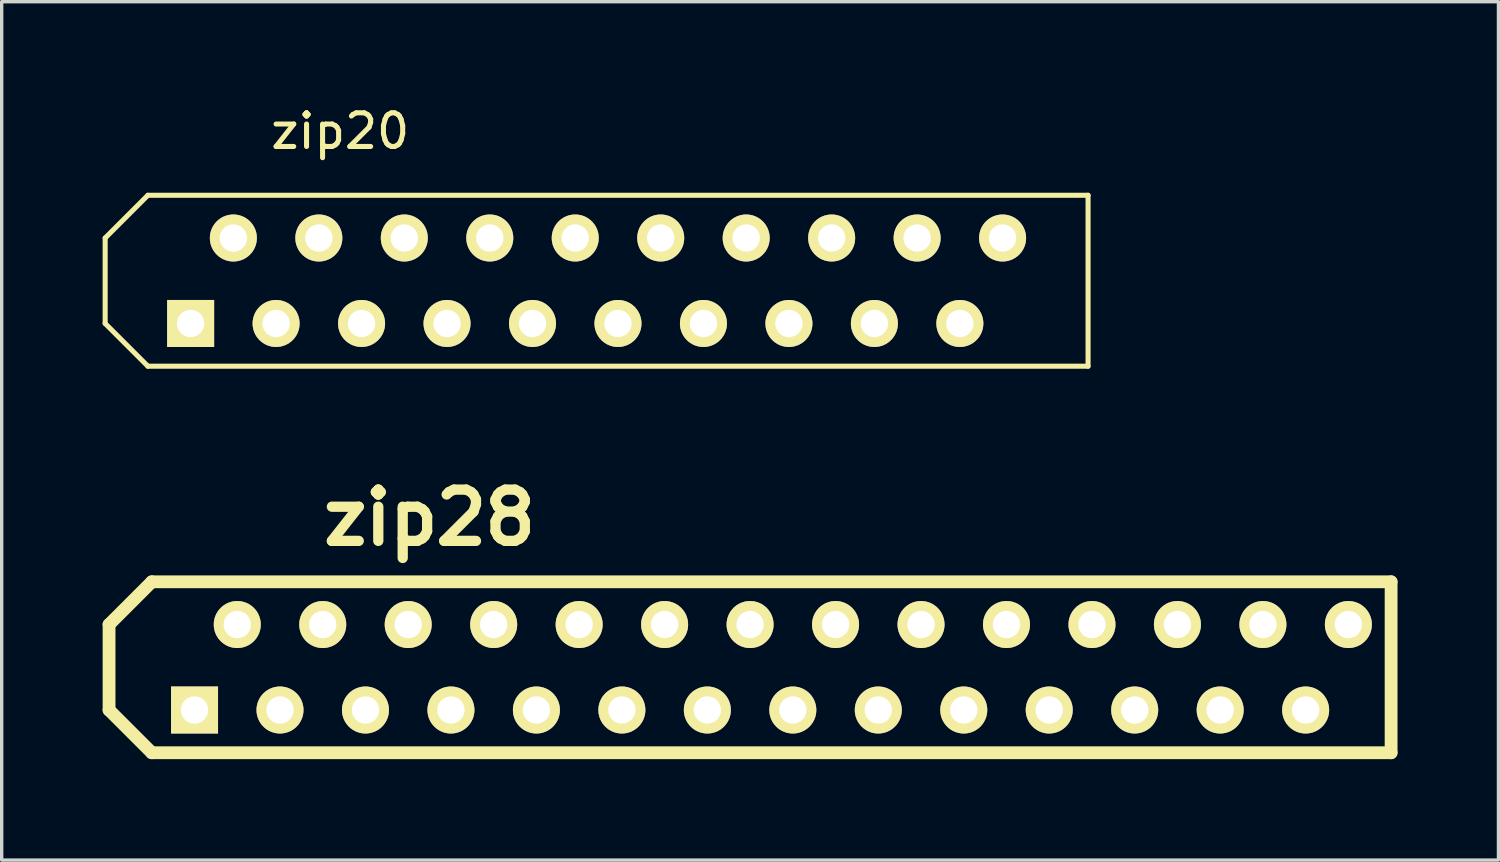
<source format=kicad_pcb>
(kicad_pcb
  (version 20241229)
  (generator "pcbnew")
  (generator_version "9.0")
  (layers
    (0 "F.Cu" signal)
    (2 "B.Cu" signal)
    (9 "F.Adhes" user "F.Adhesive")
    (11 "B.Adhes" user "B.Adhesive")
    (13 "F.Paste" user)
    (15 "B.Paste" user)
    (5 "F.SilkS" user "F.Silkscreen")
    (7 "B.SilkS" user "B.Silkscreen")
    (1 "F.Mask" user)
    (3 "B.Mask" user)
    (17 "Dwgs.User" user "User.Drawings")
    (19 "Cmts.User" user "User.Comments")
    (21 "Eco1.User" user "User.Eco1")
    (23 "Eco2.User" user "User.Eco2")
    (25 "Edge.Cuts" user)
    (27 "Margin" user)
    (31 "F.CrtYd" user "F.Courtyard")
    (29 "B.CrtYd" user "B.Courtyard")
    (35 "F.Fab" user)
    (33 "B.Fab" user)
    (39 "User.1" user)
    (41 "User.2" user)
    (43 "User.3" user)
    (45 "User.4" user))
  (footprint "zip28"
    (layer "F.Cu")
    (at 19.241 16.78)
    (property "Reference" "zip28" (at -9.525 -4.445 0) (layer "F.SilkS") (effects (font (size 1.524 1.524) (thickness 0.305))))
    (attr through_hole)
    (fp_line (start -19.05 -1.27) (end -17.78 -2.54) (stroke (width 0.381) (type solid)) (layer "F.SilkS"))
    (fp_line (start -19.05 1.27) (end -19.05 -1.27) (stroke (width 0.381) (type solid)) (layer "F.SilkS"))
    (fp_line (start -17.78 -2.54) (end 19.05 -2.54) (stroke (width 0.381) (type solid)) (layer "F.SilkS"))
    (fp_line (start -17.78 2.54) (end -19.05 1.27) (stroke (width 0.381) (type solid)) (layer "F.SilkS"))
    (fp_line (start 19.05 -2.54) (end 19.05 2.54) (stroke (width 0.381) (type solid)) (layer "F.SilkS"))
    (fp_line (start 19.05 2.54) (end -17.78 2.54) (stroke (width 0.381) (type solid)) (layer "F.SilkS"))
    (pad "1" thru_hole rect (at -16.51 1.27) (size 1.397 1.397) (drill 0.813) (layers "*.Cu" "*.Mask" "F.SilkS"))
    (pad "2" thru_hole circle (at -15.24 -1.27) (size 1.397 1.397) (drill 0.813) (layers "*.Cu" "*.Mask" "F.SilkS"))
    (pad "3" thru_hole circle (at -13.97 1.27) (size 1.397 1.397) (drill 0.813) (layers "*.Cu" "*.Mask" "F.SilkS"))
    (pad "4" thru_hole circle (at -12.7 -1.27) (size 1.397 1.397) (drill 0.813) (layers "*.Cu" "*.Mask" "F.SilkS"))
    (pad "5" thru_hole circle (at -11.43 1.27) (size 1.397 1.397) (drill 0.813) (layers "*.Cu" "*.Mask" "F.SilkS"))
    (pad "6" thru_hole circle (at -10.16 -1.27) (size 1.397 1.397) (drill 0.813) (layers "*.Cu" "*.Mask" "F.SilkS"))
    (pad "7" thru_hole circle (at -8.89 1.27) (size 1.397 1.397) (drill 0.813) (layers "*.Cu" "*.Mask" "F.SilkS"))
    (pad "8" thru_hole circle (at -7.62 -1.27) (size 1.397 1.397) (drill 0.813) (layers "*.Cu" "*.Mask" "F.SilkS"))
    (pad "9" thru_hole circle (at -6.35 1.27) (size 1.397 1.397) (drill 0.813) (layers "*.Cu" "*.Mask" "F.SilkS"))
    (pad "10" thru_hole circle (at -5.08 -1.27) (size 1.397 1.397) (drill 0.813) (layers "*.Cu" "*.Mask" "F.SilkS"))
    (pad "11" thru_hole circle (at -3.81 1.27) (size 1.397 1.397) (drill 0.813) (layers "*.Cu" "*.Mask" "F.SilkS"))
    (pad "12" thru_hole circle (at -2.54 -1.27) (size 1.397 1.397) (drill 0.813) (layers "*.Cu" "*.Mask" "F.SilkS"))
    (pad "13" thru_hole circle (at -1.27 1.27) (size 1.397 1.397) (drill 0.813) (layers "*.Cu" "*.Mask" "F.SilkS"))
    (pad "14" thru_hole circle (at 0 -1.27) (size 1.397 1.397) (drill 0.813) (layers "*.Cu" "*.Mask" "F.SilkS"))
    (pad "15" thru_hole circle (at 1.27 1.27) (size 1.397 1.397) (drill 0.813) (layers "*.Cu" "*.Mask" "F.SilkS"))
    (pad "16" thru_hole circle (at 2.54 -1.27) (size 1.397 1.397) (drill 0.813) (layers "*.Cu" "*.Mask" "F.SilkS"))
    (pad "17" thru_hole circle (at 3.81 1.27) (size 1.397 1.397) (drill 0.813) (layers "*.Cu" "*.Mask" "F.SilkS"))
    (pad "18" thru_hole circle (at 5.08 -1.27) (size 1.397 1.397) (drill 0.813) (layers "*.Cu" "*.Mask" "F.SilkS"))
    (pad "19" thru_hole circle (at 6.35 1.27) (size 1.397 1.397) (drill 0.813) (layers "*.Cu" "*.Mask" "F.SilkS"))
    (pad "20" thru_hole circle (at 7.62 -1.27) (size 1.397 1.397) (drill 0.813) (layers "*.Cu" "*.Mask" "F.SilkS"))
    (pad "21" thru_hole circle (at 8.89 1.27) (size 1.397 1.397) (drill 0.813) (layers "*.Cu" "*.Mask" "F.SilkS"))
    (pad "22" thru_hole circle (at 10.16 -1.27) (size 1.397 1.397) (drill 0.813) (layers "*.Cu" "*.Mask" "F.SilkS"))
    (pad "23" thru_hole circle (at 11.43 1.27) (size 1.397 1.397) (drill 0.813) (layers "*.Cu" "*.Mask" "F.SilkS"))
    (pad "24" thru_hole circle (at 12.7 -1.27) (size 1.397 1.397) (drill 0.813) (layers "*.Cu" "*.Mask" "F.SilkS"))
    (pad "25" thru_hole circle (at 13.97 1.27) (size 1.397 1.397) (drill 0.813) (layers "*.Cu" "*.Mask" "F.SilkS"))
    (pad "26" thru_hole circle (at 15.24 -1.27) (size 1.397 1.397) (drill 0.813) (layers "*.Cu" "*.Mask" "F.SilkS"))
    (pad "27" thru_hole circle (at 16.51 1.27) (size 1.397 1.397) (drill 0.813) (layers "*.Cu" "*.Mask" "F.SilkS"))
    (pad "28" thru_hole circle (at 17.78 -1.27) (size 1.397 1.397) (drill 0.813) (layers "*.Cu" "*.Mask" "F.SilkS")))
  (footprint "zip20"
    (layer "F.Cu")
    (at 16.585 5.293)
    (property "Reference" "zip20" (at -9.525 -4.445 0) (layer "F.SilkS") (effects (font (size 1 1) (thickness 0.15))))
    (attr through_hole)
    (fp_line (start -16.51 -1.27) (end -15.24 -2.54) (stroke (width 0.15) (type solid)) (layer "F.SilkS"))
    (fp_line (start -16.51 1.27) (end -16.51 -1.27) (stroke (width 0.15) (type solid)) (layer "F.SilkS"))
    (fp_line (start -15.24 -2.54) (end 12.7 -2.54) (stroke (width 0.15) (type solid)) (layer "F.SilkS"))
    (fp_line (start -15.24 2.54) (end -16.51 1.27) (stroke (width 0.15) (type solid)) (layer "F.SilkS"))
    (fp_line (start 12.7 -2.54) (end 12.7 2.54) (stroke (width 0.15) (type solid)) (layer "F.SilkS"))
    (fp_line (start 12.7 2.54) (end -15.24 2.54) (stroke (width 0.15) (type solid)) (layer "F.SilkS"))
    (pad "1" thru_hole rect (at -13.97 1.27) (size 1.397 1.397) (drill 0.813) (layers "*.Cu" "*.Mask" "F.SilkS"))
    (pad "2" thru_hole circle (at -12.7 -1.27) (size 1.397 1.397) (drill 0.813) (layers "*.Cu" "*.Mask" "F.SilkS"))
    (pad "3" thru_hole circle (at -11.43 1.27) (size 1.397 1.397) (drill 0.813) (layers "*.Cu" "*.Mask" "F.SilkS"))
    (pad "4" thru_hole circle (at -10.16 -1.27) (size 1.397 1.397) (drill 0.813) (layers "*.Cu" "*.Mask" "F.SilkS"))
    (pad "5" thru_hole circle (at -8.89 1.27) (size 1.397 1.397) (drill 0.813) (layers "*.Cu" "*.Mask" "F.SilkS"))
    (pad "6" thru_hole circle (at -7.62 -1.27) (size 1.397 1.397) (drill 0.813) (layers "*.Cu" "*.Mask" "F.SilkS"))
    (pad "7" thru_hole circle (at -6.35 1.27) (size 1.397 1.397) (drill 0.813) (layers "*.Cu" "*.Mask" "F.SilkS"))
    (pad "8" thru_hole circle (at -5.08 -1.27) (size 1.397 1.397) (drill 0.813) (layers "*.Cu" "*.Mask" "F.SilkS"))
    (pad "9" thru_hole circle (at -3.81 1.27) (size 1.397 1.397) (drill 0.813) (layers "*.Cu" "*.Mask" "F.SilkS"))
    (pad "10" thru_hole circle (at -2.54 -1.27) (size 1.397 1.397) (drill 0.813) (layers "*.Cu" "*.Mask" "F.SilkS"))
    (pad "11" thru_hole circle (at -1.27 1.27) (size 1.397 1.397) (drill 0.813) (layers "*.Cu" "*.Mask" "F.SilkS"))
    (pad "12" thru_hole circle (at 0 -1.27) (size 1.397 1.397) (drill 0.813) (layers "*.Cu" "*.Mask" "F.SilkS"))
    (pad "13" thru_hole circle (at 1.27 1.27) (size 1.397 1.397) (drill 0.813) (layers "*.Cu" "*.Mask" "F.SilkS"))
    (pad "14" thru_hole circle (at 2.54 -1.27) (size 1.397 1.397) (drill 0.813) (layers "*.Cu" "*.Mask" "F.SilkS"))
    (pad "15" thru_hole circle (at 3.81 1.27) (size 1.397 1.397) (drill 0.813) (layers "*.Cu" "*.Mask" "F.SilkS"))
    (pad "16" thru_hole circle (at 5.08 -1.27) (size 1.397 1.397) (drill 0.813) (layers "*.Cu" "*.Mask" "F.SilkS"))
    (pad "17" thru_hole circle (at 6.35 1.27) (size 1.397 1.397) (drill 0.813) (layers "*.Cu" "*.Mask" "F.SilkS"))
    (pad "18" thru_hole circle (at 7.62 -1.27) (size 1.397 1.397) (drill 0.813) (layers "*.Cu" "*.Mask" "F.SilkS"))
    (pad "19" thru_hole circle (at 8.89 1.27) (size 1.397 1.397) (drill 0.813) (layers "*.Cu" "*.Mask" "F.SilkS"))
    (pad "20" thru_hole circle (at 10.16 -1.27) (size 1.397 1.397) (drill 0.813) (layers "*.Cu" "*.Mask" "F.SilkS")))
  (gr_rect
    (start -3 -3)
    (end 41.481 22.51)
    (stroke (width 0.1) (type default))
    (fill no)
    (layer "Edge.Cuts")))
</source>
